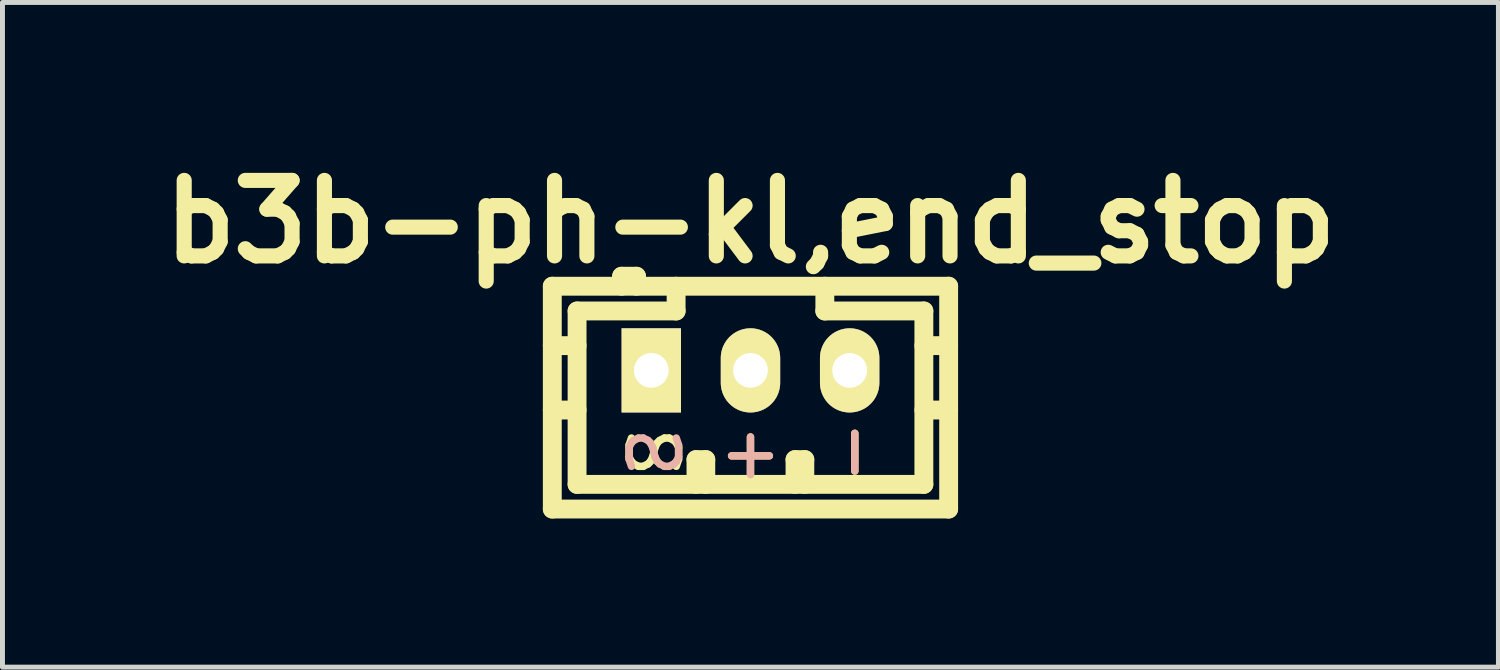
<source format=kicad_pcb>
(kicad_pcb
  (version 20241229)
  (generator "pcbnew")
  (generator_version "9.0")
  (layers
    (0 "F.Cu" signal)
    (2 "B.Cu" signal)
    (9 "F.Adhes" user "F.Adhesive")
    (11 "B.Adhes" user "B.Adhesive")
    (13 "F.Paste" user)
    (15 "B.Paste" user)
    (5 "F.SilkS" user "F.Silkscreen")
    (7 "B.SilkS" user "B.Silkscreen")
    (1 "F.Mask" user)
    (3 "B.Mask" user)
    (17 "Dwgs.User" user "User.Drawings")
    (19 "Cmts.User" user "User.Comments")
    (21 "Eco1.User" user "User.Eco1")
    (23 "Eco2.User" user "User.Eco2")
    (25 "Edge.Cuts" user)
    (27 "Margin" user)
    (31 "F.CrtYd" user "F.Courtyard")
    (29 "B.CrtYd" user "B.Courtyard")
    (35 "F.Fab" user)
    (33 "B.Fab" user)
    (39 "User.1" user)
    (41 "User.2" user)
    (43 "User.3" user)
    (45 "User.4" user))
  (footprint "b3b-ph-kl,end_stop"
    (layer "F.Cu")
    (at 12.098 4.426)
    (property "Reference" "b3b-ph-kl,end_stop" (at 0 -3 0) (layer "F.SilkS") (effects (font (size 1.524 1.524) (thickness 0.305))))
    (attr through_hole)
    (fp_line (start -4 -1.699) (end -4 2.799) (stroke (width 0.381) (type solid)) (layer "F.SilkS"))
    (fp_line (start -4 -1.699) (end 4 -1.699) (stroke (width 0.381) (type solid)) (layer "F.SilkS"))
    (fp_line (start -4 2.799) (end 4 2.799) (stroke (width 0.381) (type solid)) (layer "F.SilkS"))
    (fp_line (start -3.5 -1.199) (end -3.5 2.301) (stroke (width 0.381) (type solid)) (layer "F.SilkS"))
    (fp_line (start -3.5 -0.5) (end -4 -0.5) (stroke (width 0.381) (type solid)) (layer "F.SilkS"))
    (fp_line (start -3.5 0.8) (end -4 0.8) (stroke (width 0.381) (type solid)) (layer "F.SilkS"))
    (fp_line (start -2.601 -1.9) (end -2.601 -1.699) (stroke (width 0.381) (type solid)) (layer "F.SilkS"))
    (fp_line (start -2.301 -1.9) (end -2.601 -1.9) (stroke (width 0.381) (type solid)) (layer "F.SilkS"))
    (fp_line (start -2.301 -1.699) (end -2.301 -1.9) (stroke (width 0.381) (type solid)) (layer "F.SilkS"))
    (fp_line (start -1.501 -1.699) (end -1.501 -1.199) (stroke (width 0.381) (type solid)) (layer "F.SilkS"))
    (fp_line (start -1.501 -1.199) (end -3.5 -1.199) (stroke (width 0.381) (type solid)) (layer "F.SilkS"))
    (fp_line (start -1.1 1.801) (end -0.902 1.801) (stroke (width 0.381) (type solid)) (layer "F.SilkS"))
    (fp_line (start -1.1 2.301) (end -1.1 1.801) (stroke (width 0.381) (type solid)) (layer "F.SilkS"))
    (fp_line (start -0.902 1.801) (end -0.902 2.301) (stroke (width 0.381) (type solid)) (layer "F.SilkS"))
    (fp_line (start 0.899 1.801) (end 1.097 1.801) (stroke (width 0.381) (type solid)) (layer "F.SilkS"))
    (fp_line (start 0.899 2.301) (end 0.899 1.801) (stroke (width 0.381) (type solid)) (layer "F.SilkS"))
    (fp_line (start 1.097 1.801) (end 1.097 2.301) (stroke (width 0.381) (type solid)) (layer "F.SilkS"))
    (fp_line (start 1.501 -1.199) (end 1.501 -1.699) (stroke (width 0.381) (type solid)) (layer "F.SilkS"))
    (fp_line (start 3.5 -1.199) (end 1.501 -1.199) (stroke (width 0.381) (type solid)) (layer "F.SilkS"))
    (fp_line (start 3.5 0.8) (end 4 0.8) (stroke (width 0.381) (type solid)) (layer "F.SilkS"))
    (fp_line (start 3.5 2.301) (end -3.5 2.301) (stroke (width 0.381) (type solid)) (layer "F.SilkS"))
    (fp_line (start 3.5 2.301) (end 3.5 -1.199) (stroke (width 0.381) (type solid)) (layer "F.SilkS"))
    (fp_line (start 4 -1.699) (end 4 2.799) (stroke (width 0.381) (type solid)) (layer "F.SilkS"))
    (fp_line (start 4 -0.5) (end 3.5 -0.5) (stroke (width 0.381) (type solid)) (layer "F.SilkS"))
    (fp_text user "-" (at 2.032 1.651 90) (layer "F.SilkS") (effects (font (size 1 1) (thickness 0.15))))
    (fp_text user "+" (at 0 1.651 0) (layer "F.SilkS") (effects (font (size 1 1) (thickness 0.15))))
    (fp_text user "S" (at -1.905 1.651 90) (layer "F.SilkS") (effects (font (size 1 1) (thickness 0.15))))
    (fp_text user "+" (at 0 1.651 0) (layer "B.SilkS") (effects (font (size 1 1) (thickness 0.15))))
    (fp_text user "-" (at 2.032 1.651 90) (layer "B.SilkS") (effects (font (size 1 1) (thickness 0.15))))
    (fp_text user "S" (at -1.905 1.651 90) (layer "B.SilkS") (effects (font (size 1 1) (thickness 0.15)) (justify mirror)))
    (pad "1" thru_hole rect (at -2.002 0) (size 1.199 1.699) (drill 0.701) (layers "*.Cu" "*.Mask" "F.SilkS"))
    (pad "2" thru_hole oval (at 0 0) (size 1.199 1.699) (drill 0.701) (layers "*.Cu" "*.Mask" "F.SilkS"))
    (pad "3" thru_hole oval (at 2.002 0) (size 1.199 1.699) (drill 0.701) (layers "*.Cu" "*.Mask" "F.SilkS")))
  (gr_rect
    (start -3 -3)
    (end 27.195 10.416)
    (stroke (width 0.1) (type default))
    (fill no)
    (layer "Edge.Cuts")))
</source>
